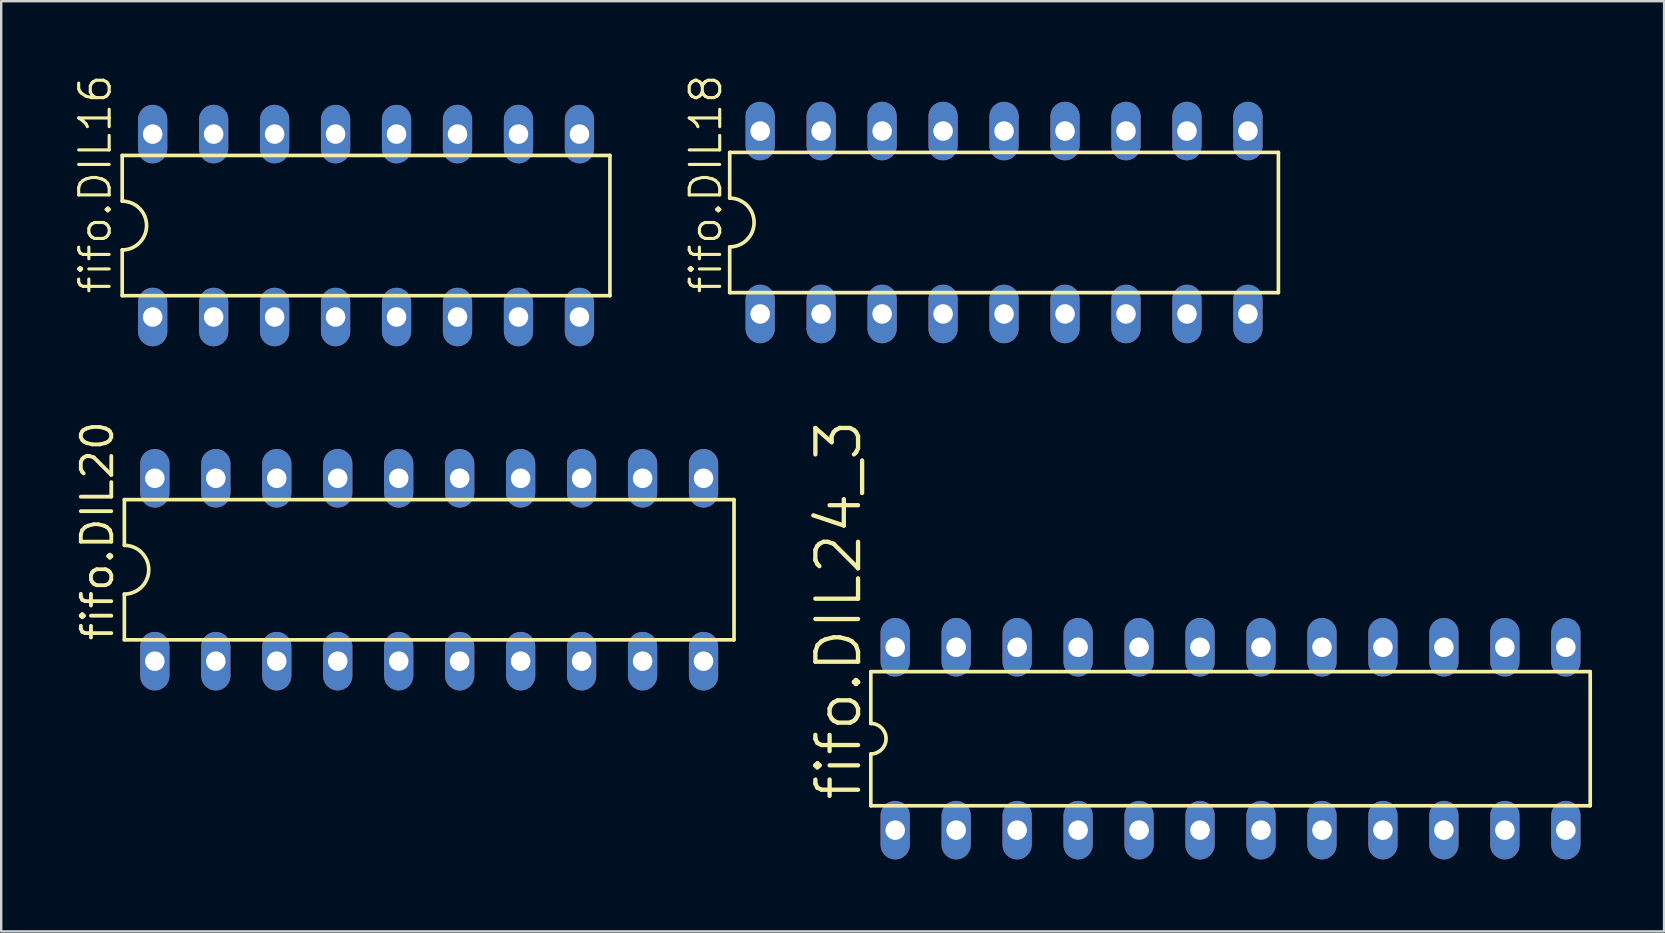
<source format=kicad_pcb>
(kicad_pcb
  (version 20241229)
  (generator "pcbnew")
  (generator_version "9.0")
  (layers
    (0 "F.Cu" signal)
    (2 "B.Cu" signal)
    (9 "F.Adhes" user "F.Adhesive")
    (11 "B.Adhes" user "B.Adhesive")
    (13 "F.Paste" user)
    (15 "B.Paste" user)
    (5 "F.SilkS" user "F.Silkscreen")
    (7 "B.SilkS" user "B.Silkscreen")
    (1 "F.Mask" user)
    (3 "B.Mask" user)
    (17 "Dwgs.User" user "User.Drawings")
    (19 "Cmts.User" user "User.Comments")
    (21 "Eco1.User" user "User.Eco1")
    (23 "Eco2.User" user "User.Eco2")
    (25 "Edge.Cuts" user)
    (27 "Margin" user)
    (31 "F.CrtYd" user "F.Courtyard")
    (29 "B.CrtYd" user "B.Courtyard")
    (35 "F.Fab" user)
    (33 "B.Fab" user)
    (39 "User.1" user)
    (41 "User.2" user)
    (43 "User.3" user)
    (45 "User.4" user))
  (footprint "fifo.DIL18"
    (layer "F.Cu")
    (at 38.781 6.22)
    (property "Reference" "fifo.DIL18" (at -11.684 3.048 90) (layer "F.SilkS") (effects (font (size 1.27 1.27) (thickness 0.13)) (justify left bottom)))
    (attr through_hole)
    (fp_line (start -11.43 -2.921) (end -11.43 -1.016) (stroke (width 0.152) (type default)) (layer "F.SilkS"))
    (fp_line (start -11.43 2.921) (end -11.43 1.016) (stroke (width 0.152) (type default)) (layer "F.SilkS"))
    (fp_line (start -11.43 2.921) (end 11.43 2.921) (stroke (width 0.152) (type default)) (layer "F.SilkS"))
    (fp_line (start 11.43 -2.921) (end -11.43 -2.921) (stroke (width 0.152) (type default)) (layer "F.SilkS"))
    (fp_line (start 11.43 -2.921) (end 11.43 2.921) (stroke (width 0.152) (type default)) (layer "F.SilkS"))
    (fp_arc (start -11.43 -1.016) (mid -10.414 0) (end -11.43 1.016) (stroke (width 0.1524) (type default)) (layer "F.SilkS"))
    (pad "1" thru_hole oval (at -10.16 3.81 90) (size 2.438 1.219) (drill 0.813) (layers "*.Cu" "*.Mask"))
    (pad "2" thru_hole oval (at -7.62 3.81 90) (size 2.438 1.219) (drill 0.813) (layers "*.Cu" "*.Mask"))
    (pad "3" thru_hole oval (at -5.08 3.81 90) (size 2.438 1.219) (drill 0.813) (layers "*.Cu" "*.Mask"))
    (pad "4" thru_hole oval (at -2.54 3.81 90) (size 2.438 1.219) (drill 0.813) (layers "*.Cu" "*.Mask"))
    (pad "5" thru_hole oval (at 0 3.81 90) (size 2.438 1.219) (drill 0.813) (layers "*.Cu" "*.Mask"))
    (pad "6" thru_hole oval (at 2.54 3.81 90) (size 2.438 1.219) (drill 0.813) (layers "*.Cu" "*.Mask"))
    (pad "7" thru_hole oval (at 5.08 3.81 90) (size 2.438 1.219) (drill 0.813) (layers "*.Cu" "*.Mask"))
    (pad "8" thru_hole oval (at 7.62 3.81 90) (size 2.438 1.219) (drill 0.813) (layers "*.Cu" "*.Mask"))
    (pad "9" thru_hole oval (at 10.16 3.81 90) (size 2.438 1.219) (drill 0.813) (layers "*.Cu" "*.Mask"))
    (pad "10" thru_hole oval (at 10.16 -3.81 90) (size 2.438 1.219) (drill 0.813) (layers "*.Cu" "*.Mask"))
    (pad "11" thru_hole oval (at 7.62 -3.81 90) (size 2.438 1.219) (drill 0.813) (layers "*.Cu" "*.Mask"))
    (pad "12" thru_hole oval (at 5.08 -3.81 90) (size 2.438 1.219) (drill 0.813) (layers "*.Cu" "*.Mask"))
    (pad "13" thru_hole oval (at 2.54 -3.81 90) (size 2.438 1.219) (drill 0.813) (layers "*.Cu" "*.Mask"))
    (pad "14" thru_hole oval (at 0 -3.81 90) (size 2.438 1.219) (drill 0.813) (layers "*.Cu" "*.Mask"))
    (pad "15" thru_hole oval (at -2.54 -3.81 90) (size 2.438 1.219) (drill 0.813) (layers "*.Cu" "*.Mask"))
    (pad "16" thru_hole oval (at -5.08 -3.81 90) (size 2.438 1.219) (drill 0.813) (layers "*.Cu" "*.Mask"))
    (pad "17" thru_hole oval (at -7.62 -3.81 90) (size 2.438 1.219) (drill 0.813) (layers "*.Cu" "*.Mask"))
    (pad "18" thru_hole oval (at -10.16 -3.81 90) (size 2.438 1.219) (drill 0.813) (layers "*.Cu" "*.Mask")))
  (footprint "fifo.DIL16"
    (layer "F.Cu")
    (at 12.201 6.347)
    (property "Reference" "fifo.DIL16" (at -10.541 2.921 90) (layer "F.SilkS") (effects (font (size 1.27 1.27) (thickness 0.13)) (justify left bottom)))
    (attr through_hole)
    (fp_line (start -10.16 -2.921) (end -10.16 -1.016) (stroke (width 0.152) (type default)) (layer "F.SilkS"))
    (fp_line (start -10.16 2.921) (end -10.16 1.016) (stroke (width 0.152) (type default)) (layer "F.SilkS"))
    (fp_line (start -10.16 2.921) (end 10.16 2.921) (stroke (width 0.152) (type default)) (layer "F.SilkS"))
    (fp_line (start 10.16 -2.921) (end -10.16 -2.921) (stroke (width 0.152) (type default)) (layer "F.SilkS"))
    (fp_line (start 10.16 -2.921) (end 10.16 2.921) (stroke (width 0.152) (type default)) (layer "F.SilkS"))
    (fp_arc (start -10.16 -1.016) (mid -9.144 0) (end -10.16 1.016) (stroke (width 0.1524) (type default)) (layer "F.SilkS"))
    (pad "1" thru_hole oval (at -8.89 3.81 90) (size 2.438 1.219) (drill 0.813) (layers "*.Cu" "*.Mask"))
    (pad "2" thru_hole oval (at -6.35 3.81 90) (size 2.438 1.219) (drill 0.813) (layers "*.Cu" "*.Mask"))
    (pad "3" thru_hole oval (at -3.81 3.81 90) (size 2.438 1.219) (drill 0.813) (layers "*.Cu" "*.Mask"))
    (pad "4" thru_hole oval (at -1.27 3.81 90) (size 2.438 1.219) (drill 0.813) (layers "*.Cu" "*.Mask"))
    (pad "5" thru_hole oval (at 1.27 3.81 90) (size 2.438 1.219) (drill 0.813) (layers "*.Cu" "*.Mask"))
    (pad "6" thru_hole oval (at 3.81 3.81 90) (size 2.438 1.219) (drill 0.813) (layers "*.Cu" "*.Mask"))
    (pad "7" thru_hole oval (at 6.35 3.81 90) (size 2.438 1.219) (drill 0.813) (layers "*.Cu" "*.Mask"))
    (pad "8" thru_hole oval (at 8.89 3.81 90) (size 2.438 1.219) (drill 0.813) (layers "*.Cu" "*.Mask"))
    (pad "9" thru_hole oval (at 8.89 -3.81 90) (size 2.438 1.219) (drill 0.813) (layers "*.Cu" "*.Mask"))
    (pad "10" thru_hole oval (at 6.35 -3.81 90) (size 2.438 1.219) (drill 0.813) (layers "*.Cu" "*.Mask"))
    (pad "11" thru_hole oval (at 3.81 -3.81 90) (size 2.438 1.219) (drill 0.813) (layers "*.Cu" "*.Mask"))
    (pad "12" thru_hole oval (at 1.27 -3.81 90) (size 2.438 1.219) (drill 0.813) (layers "*.Cu" "*.Mask"))
    (pad "13" thru_hole oval (at -1.27 -3.81 90) (size 2.438 1.219) (drill 0.813) (layers "*.Cu" "*.Mask"))
    (pad "14" thru_hole oval (at -3.81 -3.81 90) (size 2.438 1.219) (drill 0.813) (layers "*.Cu" "*.Mask"))
    (pad "15" thru_hole oval (at -6.35 -3.81 90) (size 2.438 1.219) (drill 0.813) (layers "*.Cu" "*.Mask"))
    (pad "16" thru_hole oval (at -8.89 -3.81 90) (size 2.438 1.219) (drill 0.813) (layers "*.Cu" "*.Mask")))
  (footprint "fifo.DIL20"
    (layer "F.Cu")
    (at 14.831 20.686)
    (property "Reference" "fifo.DIL20" (at -13.081 3.048 90) (layer "F.SilkS") (effects (font (size 1.27 1.27) (thickness 0.16)) (justify left bottom)))
    (attr through_hole)
    (fp_line (start -12.7 -2.921) (end -12.7 -1.016) (stroke (width 0.152) (type default)) (layer "F.SilkS"))
    (fp_line (start -12.7 2.921) (end -12.7 1.016) (stroke (width 0.152) (type default)) (layer "F.SilkS"))
    (fp_line (start -12.7 2.921) (end 12.7 2.921) (stroke (width 0.152) (type default)) (layer "F.SilkS"))
    (fp_line (start 12.7 -2.921) (end -12.7 -2.921) (stroke (width 0.152) (type default)) (layer "F.SilkS"))
    (fp_line (start 12.7 -2.921) (end 12.7 2.921) (stroke (width 0.152) (type default)) (layer "F.SilkS"))
    (fp_arc (start -12.7 -1.016) (mid -11.684 0) (end -12.7 1.016) (stroke (width 0.1524) (type default)) (layer "F.SilkS"))
    (pad "1" thru_hole oval (at -11.43 3.81 90) (size 2.438 1.219) (drill 0.813) (layers "*.Cu" "*.Mask"))
    (pad "2" thru_hole oval (at -8.89 3.81 90) (size 2.438 1.219) (drill 0.813) (layers "*.Cu" "*.Mask"))
    (pad "3" thru_hole oval (at -6.35 3.81 90) (size 2.438 1.219) (drill 0.813) (layers "*.Cu" "*.Mask"))
    (pad "4" thru_hole oval (at -3.81 3.81 90) (size 2.438 1.219) (drill 0.813) (layers "*.Cu" "*.Mask"))
    (pad "5" thru_hole oval (at -1.27 3.81 90) (size 2.438 1.219) (drill 0.813) (layers "*.Cu" "*.Mask"))
    (pad "6" thru_hole oval (at 1.27 3.81 90) (size 2.438 1.219) (drill 0.813) (layers "*.Cu" "*.Mask"))
    (pad "7" thru_hole oval (at 3.81 3.81 90) (size 2.438 1.219) (drill 0.813) (layers "*.Cu" "*.Mask"))
    (pad "8" thru_hole oval (at 6.35 3.81 90) (size 2.438 1.219) (drill 0.813) (layers "*.Cu" "*.Mask"))
    (pad "9" thru_hole oval (at 8.89 3.81 90) (size 2.438 1.219) (drill 0.813) (layers "*.Cu" "*.Mask"))
    (pad "10" thru_hole oval (at 11.43 3.81 90) (size 2.438 1.219) (drill 0.813) (layers "*.Cu" "*.Mask"))
    (pad "11" thru_hole oval (at 11.43 -3.81 90) (size 2.438 1.219) (drill 0.813) (layers "*.Cu" "*.Mask"))
    (pad "12" thru_hole oval (at 8.89 -3.81 90) (size 2.438 1.219) (drill 0.813) (layers "*.Cu" "*.Mask"))
    (pad "13" thru_hole oval (at 6.35 -3.81 90) (size 2.438 1.219) (drill 0.813) (layers "*.Cu" "*.Mask"))
    (pad "14" thru_hole oval (at 3.81 -3.81 90) (size 2.438 1.219) (drill 0.813) (layers "*.Cu" "*.Mask"))
    (pad "15" thru_hole oval (at 1.27 -3.81 90) (size 2.438 1.219) (drill 0.813) (layers "*.Cu" "*.Mask"))
    (pad "16" thru_hole oval (at -1.27 -3.81 90) (size 2.438 1.219) (drill 0.813) (layers "*.Cu" "*.Mask"))
    (pad "17" thru_hole oval (at -3.81 -3.81 90) (size 2.438 1.219) (drill 0.813) (layers "*.Cu" "*.Mask"))
    (pad "18" thru_hole oval (at -6.35 -3.81 90) (size 2.438 1.219) (drill 0.813) (layers "*.Cu" "*.Mask"))
    (pad "19" thru_hole oval (at -8.89 -3.81 90) (size 2.438 1.219) (drill 0.813) (layers "*.Cu" "*.Mask"))
    (pad "20" thru_hole oval (at -11.43 -3.81 90) (size 2.438 1.219) (drill 0.813) (layers "*.Cu" "*.Mask")))
  (footprint "fifo.DIL24_3"
    (layer "F.Cu")
    (at 48.216 27.726)
    (property "Reference" "fifo.DIL24_3" (at -15.291 2.667 90) (layer "F.SilkS") (effects (font (size 1.778 1.778) (thickness 0.18)) (justify left bottom)))
    (attr through_hole)
    (fp_line (start -14.986 -2.794) (end -14.986 -0.635) (stroke (width 0.152) (type default)) (layer "F.SilkS"))
    (fp_line (start -14.986 -2.794) (end 14.986 -2.794) (stroke (width 0.152) (type default)) (layer "F.SilkS"))
    (fp_line (start -14.986 0.635) (end -14.986 2.794) (stroke (width 0.152) (type default)) (layer "F.SilkS"))
    (fp_line (start -14.986 2.794) (end 14.986 2.794) (stroke (width 0.152) (type default)) (layer "F.SilkS"))
    (fp_line (start 14.986 2.794) (end 14.986 -2.794) (stroke (width 0.152) (type default)) (layer "F.SilkS"))
    (fp_arc (start -14.986 -0.635) (mid -14.351 0) (end -14.986 0.635) (stroke (width 0.1524) (type default)) (layer "F.SilkS"))
    (pad "1" thru_hole oval (at -13.97 3.81 90) (size 2.438 1.219) (drill 0.813) (layers "*.Cu" "*.Mask"))
    (pad "2" thru_hole oval (at -11.43 3.81 90) (size 2.438 1.219) (drill 0.813) (layers "*.Cu" "*.Mask"))
    (pad "3" thru_hole oval (at -8.89 3.81 90) (size 2.438 1.219) (drill 0.813) (layers "*.Cu" "*.Mask"))
    (pad "4" thru_hole oval (at -6.35 3.81 90) (size 2.438 1.219) (drill 0.813) (layers "*.Cu" "*.Mask"))
    (pad "5" thru_hole oval (at -3.81 3.81 90) (size 2.438 1.219) (drill 0.813) (layers "*.Cu" "*.Mask"))
    (pad "6" thru_hole oval (at -1.27 3.81 90) (size 2.438 1.219) (drill 0.813) (layers "*.Cu" "*.Mask"))
    (pad "7" thru_hole oval (at 1.27 3.81 90) (size 2.438 1.219) (drill 0.813) (layers "*.Cu" "*.Mask"))
    (pad "8" thru_hole oval (at 3.81 3.81 90) (size 2.438 1.219) (drill 0.813) (layers "*.Cu" "*.Mask"))
    (pad "9" thru_hole oval (at 6.35 3.81 90) (size 2.438 1.219) (drill 0.813) (layers "*.Cu" "*.Mask"))
    (pad "10" thru_hole oval (at 8.89 3.81 90) (size 2.438 1.219) (drill 0.813) (layers "*.Cu" "*.Mask"))
    (pad "11" thru_hole oval (at 11.43 3.81 90) (size 2.438 1.219) (drill 0.813) (layers "*.Cu" "*.Mask"))
    (pad "12" thru_hole oval (at 13.97 3.81 90) (size 2.438 1.219) (drill 0.813) (layers "*.Cu" "*.Mask"))
    (pad "13" thru_hole oval (at 13.97 -3.81 90) (size 2.438 1.219) (drill 0.813) (layers "*.Cu" "*.Mask"))
    (pad "14" thru_hole oval (at 11.43 -3.81 90) (size 2.438 1.219) (drill 0.813) (layers "*.Cu" "*.Mask"))
    (pad "15" thru_hole oval (at 8.89 -3.81 90) (size 2.438 1.219) (drill 0.813) (layers "*.Cu" "*.Mask"))
    (pad "16" thru_hole oval (at 6.35 -3.81 90) (size 2.438 1.219) (drill 0.813) (layers "*.Cu" "*.Mask"))
    (pad "17" thru_hole oval (at 3.81 -3.81 90) (size 2.438 1.219) (drill 0.813) (layers "*.Cu" "*.Mask"))
    (pad "18" thru_hole oval (at 1.27 -3.81 90) (size 2.438 1.219) (drill 0.813) (layers "*.Cu" "*.Mask"))
    (pad "19" thru_hole oval (at -1.27 -3.81 90) (size 2.438 1.219) (drill 0.813) (layers "*.Cu" "*.Mask"))
    (pad "20" thru_hole oval (at -3.81 -3.81 90) (size 2.438 1.219) (drill 0.813) (layers "*.Cu" "*.Mask"))
    (pad "21" thru_hole oval (at -6.35 -3.81 90) (size 2.438 1.219) (drill 0.813) (layers "*.Cu" "*.Mask"))
    (pad "22" thru_hole oval (at -8.89 -3.81 90) (size 2.438 1.219) (drill 0.813) (layers "*.Cu" "*.Mask"))
    (pad "23" thru_hole oval (at -11.43 -3.81 90) (size 2.438 1.219) (drill 0.813) (layers "*.Cu" "*.Mask"))
    (pad "24" thru_hole oval (at -13.97 -3.81 90) (size 2.438 1.219) (drill 0.813) (layers "*.Cu" "*.Mask")))
  (gr_rect
    (start -3 -3)
    (end 66.278 35.755)
    (stroke (width 0.1) (type default))
    (fill no)
    (layer "Edge.Cuts")))
</source>
